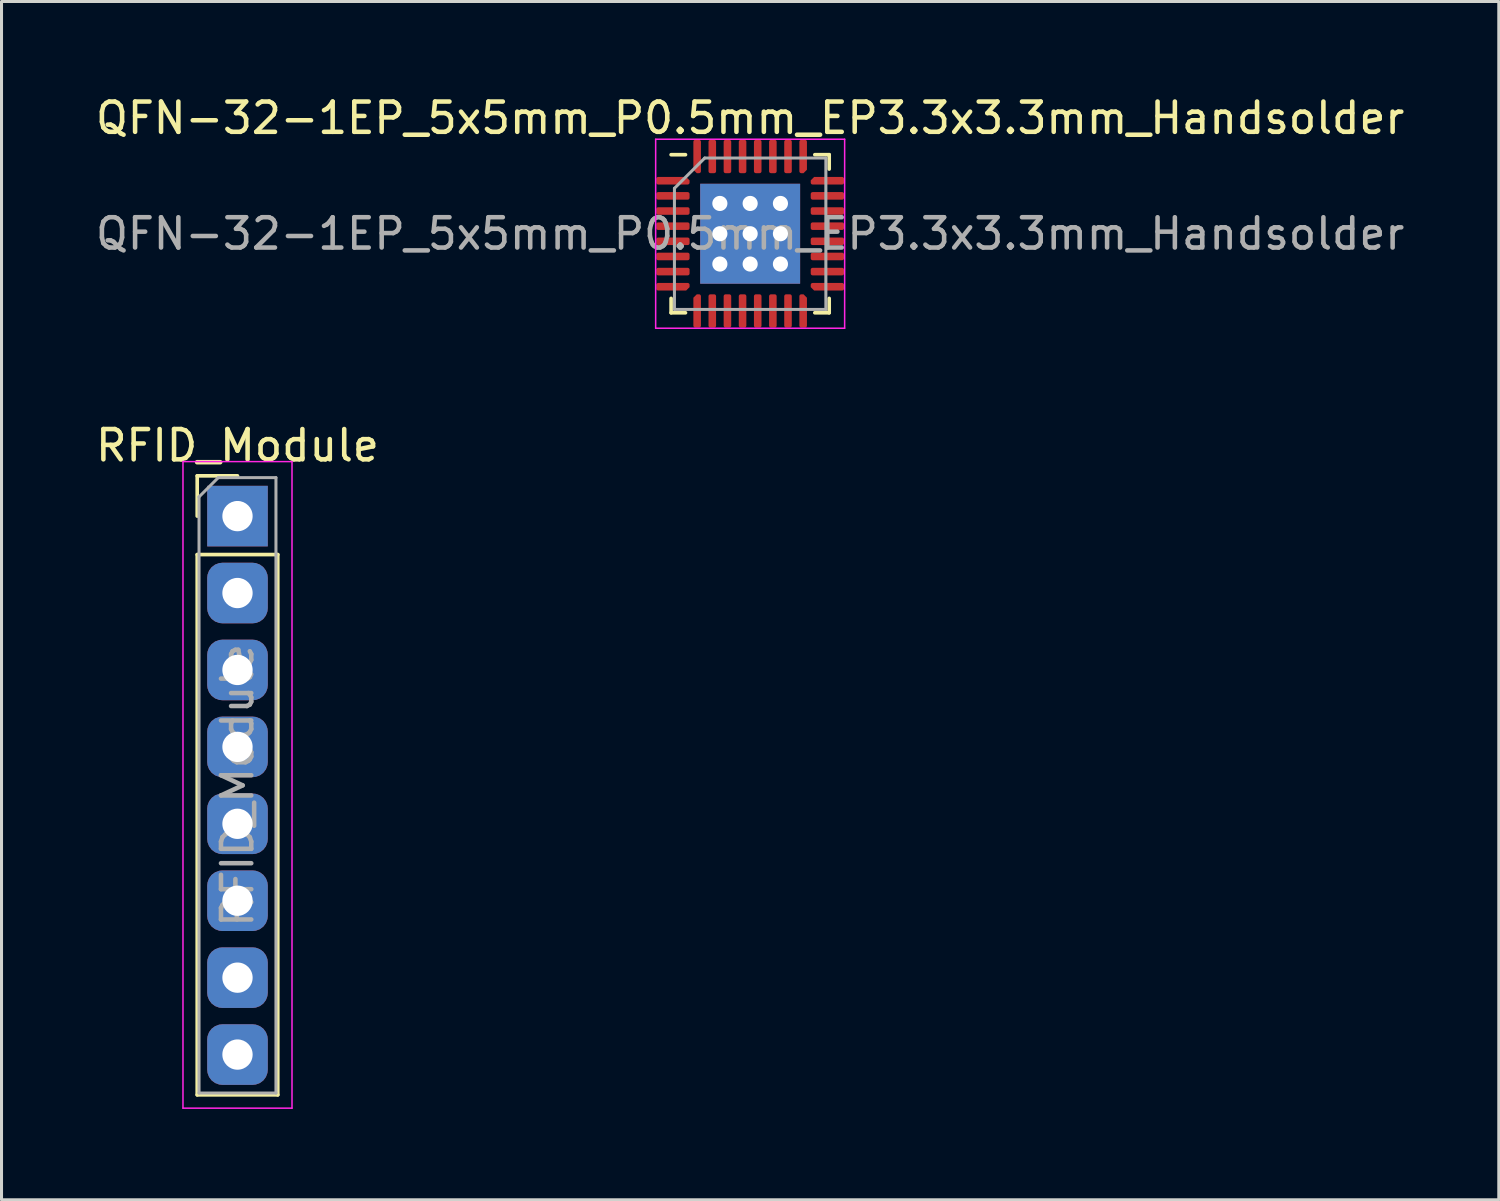
<source format=kicad_pcb>
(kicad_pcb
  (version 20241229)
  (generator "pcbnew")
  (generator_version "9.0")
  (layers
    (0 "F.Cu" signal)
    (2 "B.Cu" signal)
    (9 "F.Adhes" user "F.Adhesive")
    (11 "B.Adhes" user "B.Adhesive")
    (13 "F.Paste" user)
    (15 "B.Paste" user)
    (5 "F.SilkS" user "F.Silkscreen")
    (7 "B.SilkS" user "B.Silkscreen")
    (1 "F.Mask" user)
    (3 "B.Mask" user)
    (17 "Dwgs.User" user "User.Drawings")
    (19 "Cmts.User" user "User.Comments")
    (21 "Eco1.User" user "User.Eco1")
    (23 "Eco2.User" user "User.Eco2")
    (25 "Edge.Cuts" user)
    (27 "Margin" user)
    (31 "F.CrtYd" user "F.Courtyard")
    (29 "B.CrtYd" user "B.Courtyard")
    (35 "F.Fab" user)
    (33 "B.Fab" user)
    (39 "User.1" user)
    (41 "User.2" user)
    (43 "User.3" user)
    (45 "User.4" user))
  (footprint "RFID_Module"
    (layer "F.Cu")
    (at 4.792 13.992)
    (property "Reference" "RFID_Module" (at 0 -2.33 0) (layer "F.SilkS") (effects (font (size 1 1) (thickness 0.15))))
    (attr through_hole)
    (fp_line (start -1.33 -1.33) (end 0 -1.33) (stroke (width 0.12) (type solid)) (layer "F.SilkS"))
    (fp_line (start -1.33 0) (end -1.33 -1.33) (stroke (width 0.12) (type solid)) (layer "F.SilkS"))
    (fp_line (start -1.33 1.27) (end -1.33 19.11) (stroke (width 0.12) (type solid)) (layer "F.SilkS"))
    (fp_line (start -1.33 1.27) (end 1.33 1.27) (stroke (width 0.12) (type solid)) (layer "F.SilkS"))
    (fp_line (start -1.33 19.11) (end 1.33 19.11) (stroke (width 0.12) (type solid)) (layer "F.SilkS"))
    (fp_line (start 1.33 1.27) (end 1.33 19.11) (stroke (width 0.12) (type solid)) (layer "F.SilkS"))
    (fp_line (start -1.8 -1.8) (end -1.8 19.55) (stroke (width 0.05) (type solid)) (layer "F.CrtYd"))
    (fp_line (start -1.8 19.55) (end 1.8 19.55) (stroke (width 0.05) (type solid)) (layer "F.CrtYd"))
    (fp_line (start 1.8 -1.8) (end -1.8 -1.8) (stroke (width 0.05) (type solid)) (layer "F.CrtYd"))
    (fp_line (start 1.8 19.55) (end 1.8 -1.8) (stroke (width 0.05) (type solid)) (layer "F.CrtYd"))
    (fp_line (start -1.27 -0.635) (end -0.635 -1.27) (stroke (width 0.1) (type solid)) (layer "F.Fab"))
    (fp_line (start -1.27 19.05) (end -1.27 -0.635) (stroke (width 0.1) (type solid)) (layer "F.Fab"))
    (fp_line (start -0.635 -1.27) (end 1.27 -1.27) (stroke (width 0.1) (type solid)) (layer "F.Fab"))
    (fp_line (start 1.27 -1.27) (end 1.27 19.05) (stroke (width 0.1) (type solid)) (layer "F.Fab"))
    (fp_line (start 1.27 19.05) (end -1.27 19.05) (stroke (width 0.1) (type solid)) (layer "F.Fab"))
    (fp_text user "${REFERENCE}" (at 0 8.89 90) (layer "F.Fab") (effects (font (size 1 1) (thickness 0.15))))
    (pad "1" thru_hole rect (at 0 0) (size 2 2) (drill 1) (layers "*.Cu" "*.Mask"))
    (pad "2" thru_hole roundrect (at 0 2.54) (size 2 2) (drill 1) (layers "*.Cu" "*.Mask") (roundrect_rratio 0.25))
    (pad "3" thru_hole roundrect (at 0 5.08) (size 2 2) (drill 1) (layers "*.Cu" "*.Mask") (roundrect_rratio 0.25))
    (pad "4" thru_hole roundrect (at 0 7.62) (size 2 2) (drill 1) (layers "*.Cu" "*.Mask") (roundrect_rratio 0.25))
    (pad "5" thru_hole roundrect (at 0 10.16) (size 2 2) (drill 1) (layers "*.Cu" "*.Mask") (roundrect_rratio 0.25))
    (pad "6" thru_hole roundrect (at 0 12.7) (size 2 2) (drill 1) (layers "*.Cu" "*.Mask") (roundrect_rratio 0.25))
    (pad "7" thru_hole roundrect (at 0 15.24) (size 2 2) (drill 1) (layers "*.Cu" "*.Mask") (roundrect_rratio 0.25))
    (pad "8" thru_hole roundrect (at 0 17.78) (size 2 2) (drill 1) (layers "*.Cu" "*.Mask") (roundrect_rratio 0.25)))
  (footprint "QFN-32-1EP_5x5mm_P0.5mm_EP3.3x3.3mm_Handsolder"
    (layer "F.Cu")
    (at 21.72 4.668)
    (property "Reference" "QFN-32-1EP_5x5mm_P0.5mm_EP3.3x3.3mm_Handsolder" (at 0 -3.82 0) (layer "F.SilkS") (effects (font (size 1 1) (thickness 0.15))))
    (attr smd)
    (fp_line (start -2.61 2.61) (end -2.61 2.135) (stroke (width 0.12) (type solid)) (layer "F.SilkS"))
    (fp_line (start -2.135 -2.61) (end -2.61 -2.61) (stroke (width 0.12) (type solid)) (layer "F.SilkS"))
    (fp_line (start -2.135 2.61) (end -2.61 2.61) (stroke (width 0.12) (type solid)) (layer "F.SilkS"))
    (fp_line (start 2.135 -2.61) (end 2.61 -2.61) (stroke (width 0.12) (type solid)) (layer "F.SilkS"))
    (fp_line (start 2.135 2.61) (end 2.61 2.61) (stroke (width 0.12) (type solid)) (layer "F.SilkS"))
    (fp_line (start 2.61 -2.61) (end 2.61 -2.135) (stroke (width 0.12) (type solid)) (layer "F.SilkS"))
    (fp_line (start 2.61 2.61) (end 2.61 2.135) (stroke (width 0.12) (type solid)) (layer "F.SilkS"))
    (fp_line (start -3.12 -3.12) (end -3.12 3.12) (stroke (width 0.05) (type solid)) (layer "F.CrtYd"))
    (fp_line (start -3.12 3.12) (end 3.12 3.12) (stroke (width 0.05) (type solid)) (layer "F.CrtYd"))
    (fp_line (start 3.12 -3.12) (end -3.12 -3.12) (stroke (width 0.05) (type solid)) (layer "F.CrtYd"))
    (fp_line (start 3.12 3.12) (end 3.12 -3.12) (stroke (width 0.05) (type solid)) (layer "F.CrtYd"))
    (fp_line (start -2.5 -1.5) (end -1.5 -2.5) (stroke (width 0.1) (type solid)) (layer "F.Fab"))
    (fp_line (start -2.5 2.5) (end -2.5 -1.5) (stroke (width 0.1) (type solid)) (layer "F.Fab"))
    (fp_line (start -1.5 -2.5) (end 2.5 -2.5) (stroke (width 0.1) (type solid)) (layer "F.Fab"))
    (fp_line (start 2.5 -2.5) (end 2.5 2.5) (stroke (width 0.1) (type solid)) (layer "F.Fab"))
    (fp_line (start 2.5 2.5) (end -2.5 2.5) (stroke (width 0.1) (type solid)) (layer "F.Fab"))
    (fp_text user "${REFERENCE}" (at 0 0 0) (layer "F.Fab") (effects (font (size 1 1) (thickness 0.15))))
    (pad "" smd roundrect (at -1.1 -1.1) (size 1 1) (layers "F.Paste") (roundrect_rratio 0.25))
    (pad "" smd roundrect (at -1.1 0) (size 1 1) (layers "F.Paste") (roundrect_rratio 0.25))
    (pad "" smd roundrect (at -1.1 1.1) (size 1 1) (layers "F.Paste") (roundrect_rratio 0.25))
    (pad "" smd roundrect (at 0 -1.1) (size 1 1) (layers "F.Paste") (roundrect_rratio 0.25))
    (pad "" smd roundrect (at 0 0) (size 1 1) (layers "F.Paste") (roundrect_rratio 0.25))
    (pad "" smd roundrect (at 0 1.1) (size 1 1) (layers "F.Paste") (roundrect_rratio 0.25))
    (pad "" smd roundrect (at 1.1 -1.1) (size 1 1) (layers "F.Paste") (roundrect_rratio 0.25))
    (pad "" smd roundrect (at 1.1 0) (size 1 1) (layers "F.Paste") (roundrect_rratio 0.25))
    (pad "" smd roundrect (at 1.1 1.1) (size 1 1) (layers "F.Paste") (roundrect_rratio 0.25))
    (pad "1" smd roundrect (at -2.55 -1.75) (size 1.1 0.25) (layers "F.Cu" "F.Mask" "F.Paste") (roundrect_rratio 0.25) (chamfer_ratio 0.45) (chamfer top_right))
    (pad "2" smd roundrect (at -2.55 -1.25) (size 1.1 0.25) (layers "F.Cu" "F.Mask" "F.Paste") (roundrect_rratio 0.25))
    (pad "3" smd roundrect (at -2.55 -0.75) (size 1.1 0.25) (layers "F.Cu" "F.Mask" "F.Paste") (roundrect_rratio 0.25))
    (pad "4" smd roundrect (at -2.55 -0.25) (size 1.1 0.25) (layers "F.Cu" "F.Mask" "F.Paste") (roundrect_rratio 0.25))
    (pad "5" smd roundrect (at -2.55 0.25) (size 1.1 0.25) (layers "F.Cu" "F.Mask" "F.Paste") (roundrect_rratio 0.25))
    (pad "6" smd roundrect (at -2.55 0.75) (size 1.1 0.25) (layers "F.Cu" "F.Mask" "F.Paste") (roundrect_rratio 0.25))
    (pad "7" smd roundrect (at -2.55 1.25) (size 1.1 0.25) (layers "F.Cu" "F.Mask" "F.Paste") (roundrect_rratio 0.25))
    (pad "8" smd roundrect (at -2.55 1.75) (size 1.1 0.25) (layers "F.Cu" "F.Mask" "F.Paste") (roundrect_rratio 0.25) (chamfer_ratio 0.45) (chamfer bottom_right))
    (pad "9" smd roundrect (at -1.75 2.55) (size 0.25 1.1) (layers "F.Cu" "F.Mask" "F.Paste") (roundrect_rratio 0.25) (chamfer_ratio 0.45) (chamfer top_left))
    (pad "10" smd roundrect (at -1.25 2.55) (size 0.25 1.1) (layers "F.Cu" "F.Mask" "F.Paste") (roundrect_rratio 0.25))
    (pad "11" smd roundrect (at -0.75 2.55) (size 0.25 1.1) (layers "F.Cu" "F.Mask" "F.Paste") (roundrect_rratio 0.25))
    (pad "12" smd roundrect (at -0.25 2.55) (size 0.25 1.1) (layers "F.Cu" "F.Mask" "F.Paste") (roundrect_rratio 0.25))
    (pad "13" smd roundrect (at 0.25 2.55) (size 0.25 1.1) (layers "F.Cu" "F.Mask" "F.Paste") (roundrect_rratio 0.25))
    (pad "14" smd roundrect (at 0.75 2.55) (size 0.25 1.1) (layers "F.Cu" "F.Mask" "F.Paste") (roundrect_rratio 0.25))
    (pad "15" smd roundrect (at 1.25 2.55) (size 0.25 1.1) (layers "F.Cu" "F.Mask" "F.Paste") (roundrect_rratio 0.25))
    (pad "16" smd roundrect (at 1.75 2.55) (size 0.25 1.1) (layers "F.Cu" "F.Mask" "F.Paste") (roundrect_rratio 0.25) (chamfer_ratio 0.45) (chamfer top_right))
    (pad "17" smd roundrect (at 2.55 1.75) (size 1.1 0.25) (layers "F.Cu" "F.Mask" "F.Paste") (roundrect_rratio 0.25) (chamfer_ratio 0.45) (chamfer bottom_left))
    (pad "18" smd roundrect (at 2.55 1.25) (size 1.1 0.25) (layers "F.Cu" "F.Mask" "F.Paste") (roundrect_rratio 0.25))
    (pad "19" smd roundrect (at 2.55 0.75) (size 1.1 0.25) (layers "F.Cu" "F.Mask" "F.Paste") (roundrect_rratio 0.25))
    (pad "20" smd roundrect (at 2.55 0.25) (size 1.1 0.25) (layers "F.Cu" "F.Mask" "F.Paste") (roundrect_rratio 0.25))
    (pad "21" smd roundrect (at 2.55 -0.25) (size 1.1 0.25) (layers "F.Cu" "F.Mask" "F.Paste") (roundrect_rratio 0.25))
    (pad "22" smd roundrect (at 2.55 -0.75) (size 1.1 0.25) (layers "F.Cu" "F.Mask" "F.Paste") (roundrect_rratio 0.25))
    (pad "23" smd roundrect (at 2.55 -1.25) (size 1.1 0.25) (layers "F.Cu" "F.Mask" "F.Paste") (roundrect_rratio 0.25))
    (pad "24" smd roundrect (at 2.55 -1.75) (size 1.1 0.25) (layers "F.Cu" "F.Mask" "F.Paste") (roundrect_rratio 0.25) (chamfer_ratio 0.45) (chamfer top_left))
    (pad "25" smd roundrect (at 1.75 -2.55) (size 0.25 1.1) (layers "F.Cu" "F.Mask" "F.Paste") (roundrect_rratio 0.25) (chamfer_ratio 0.45) (chamfer bottom_right))
    (pad "26" smd roundrect (at 1.25 -2.55) (size 0.25 1.1) (layers "F.Cu" "F.Mask" "F.Paste") (roundrect_rratio 0.25))
    (pad "27" smd roundrect (at 0.75 -2.55) (size 0.25 1.1) (layers "F.Cu" "F.Mask" "F.Paste") (roundrect_rratio 0.25))
    (pad "28" smd roundrect (at 0.25 -2.55) (size 0.25 1.1) (layers "F.Cu" "F.Mask" "F.Paste") (roundrect_rratio 0.25))
    (pad "29" smd roundrect (at -0.25 -2.55) (size 0.25 1.1) (layers "F.Cu" "F.Mask" "F.Paste") (roundrect_rratio 0.25))
    (pad "30" smd roundrect (at -0.75 -2.55) (size 0.25 1.1) (layers "F.Cu" "F.Mask" "F.Paste") (roundrect_rratio 0.25))
    (pad "31" smd roundrect (at -1.25 -2.55) (size 0.25 1.1) (layers "F.Cu" "F.Mask" "F.Paste") (roundrect_rratio 0.25))
    (pad "32" smd roundrect (at -1.75 -2.55) (size 0.25 1.1) (layers "F.Cu" "F.Mask" "F.Paste") (roundrect_rratio 0.25) (chamfer_ratio 0.45) (chamfer bottom_left))
    (pad "33" thru_hole circle (at -1 -1) (size 0.9 0.9) (drill 0.5) (layers "*.Cu" "*.Mask"))
    (pad "33" thru_hole circle (at -1 0) (size 0.9 0.9) (drill 0.5) (layers "*.Cu" "*.Mask"))
    (pad "33" thru_hole circle (at -1 1) (size 0.9 0.9) (drill 0.5) (layers "*.Cu" "*.Mask"))
    (pad "33" thru_hole circle (at 0 -1) (size 0.9 0.9) (drill 0.5) (layers "*.Cu" "*.Mask"))
    (pad "33" thru_hole circle (at 0 0) (size 0.9 0.9) (drill 0.5) (layers "*.Cu" "*.Mask"))
    (pad "33" smd rect (at 0 0) (size 3.3 3.3) (layers "F.Cu" "F.Mask"))
    (pad "33" smd rect (at 0 0) (size 3.3 3.3) (layers "B.Cu" "B.Mask"))
    (pad "33" thru_hole circle (at 0 1) (size 0.9 0.9) (drill 0.5) (layers "*.Cu" "*.Mask"))
    (pad "33" thru_hole circle (at 1 -1) (size 0.9 0.9) (drill 0.5) (layers "*.Cu" "*.Mask"))
    (pad "33" thru_hole circle (at 1 0) (size 0.9 0.9) (drill 0.5) (layers "*.Cu" "*.Mask"))
    (pad "33" thru_hole circle (at 1 1) (size 0.9 0.9) (drill 0.5) (layers "*.Cu" "*.Mask")))
  (gr_rect
    (start -3 -3)
    (end 46.44 36.566)
    (stroke (width 0.1) (type default))
    (fill no)
    (layer "Edge.Cuts")))
</source>
